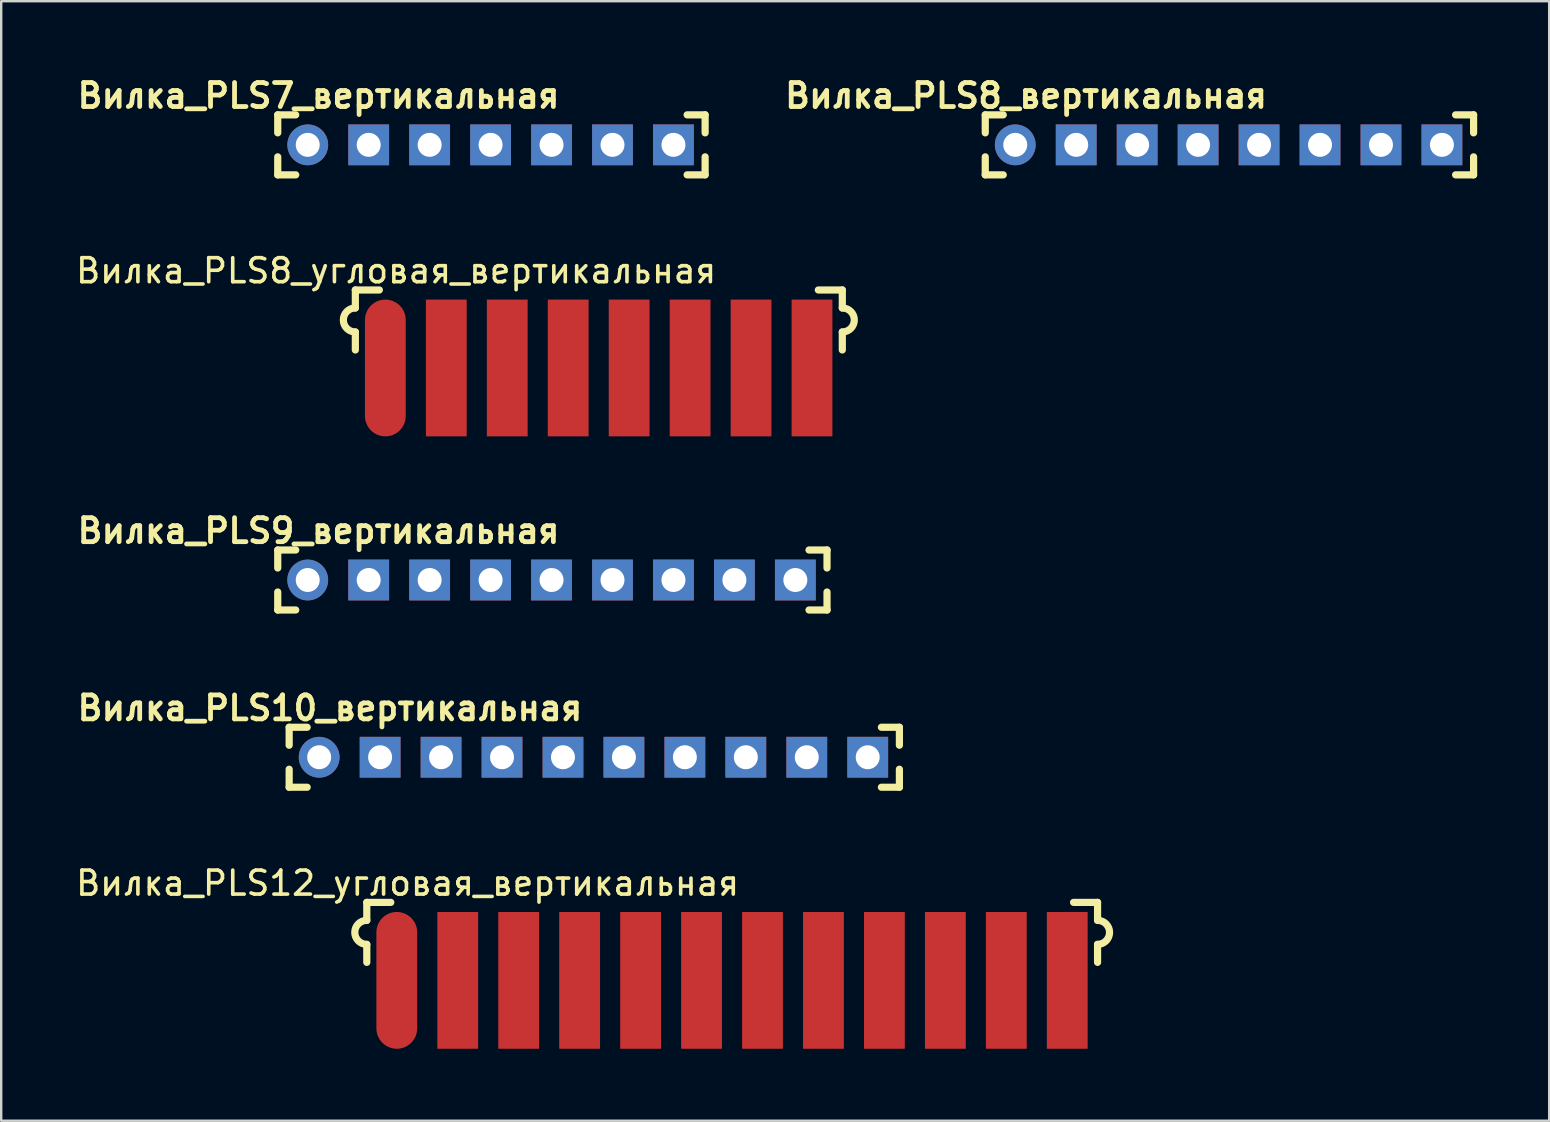
<source format=kicad_pcb>
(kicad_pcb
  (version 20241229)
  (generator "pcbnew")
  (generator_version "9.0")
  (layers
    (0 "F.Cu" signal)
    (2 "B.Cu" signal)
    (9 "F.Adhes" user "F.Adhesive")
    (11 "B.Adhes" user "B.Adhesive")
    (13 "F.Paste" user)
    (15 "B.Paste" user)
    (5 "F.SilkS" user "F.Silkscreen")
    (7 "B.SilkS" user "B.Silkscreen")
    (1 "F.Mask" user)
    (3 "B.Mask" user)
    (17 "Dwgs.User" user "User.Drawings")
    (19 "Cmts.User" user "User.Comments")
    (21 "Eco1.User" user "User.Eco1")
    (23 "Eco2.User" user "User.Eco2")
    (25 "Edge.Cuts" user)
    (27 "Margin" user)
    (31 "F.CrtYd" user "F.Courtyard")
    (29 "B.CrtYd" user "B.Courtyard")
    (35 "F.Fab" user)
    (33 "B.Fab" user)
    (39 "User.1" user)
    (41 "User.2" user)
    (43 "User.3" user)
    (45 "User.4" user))
  (footprint "Вилка_PLS8_вертикальная"
    (layer "F.Cu")
    (at 39.258 2.986)
    (property "Reference" "Вилка_PLS8_вертикальная" (at 0.45 -2.05 0) (layer "F.SilkS") (effects (font (size 1 1) (thickness 0.2))))
    (attr through_hole)
    (fp_line (start -1.25 -1.25) (end -1.25 -0.5) (stroke (width 0.3) (type solid)) (layer "F.SilkS"))
    (fp_line (start -1.25 -1.25) (end -0.5 -1.25) (stroke (width 0.3) (type solid)) (layer "F.SilkS"))
    (fp_line (start -1.25 0.5) (end -1.25 1.25) (stroke (width 0.3) (type solid)) (layer "F.SilkS"))
    (fp_line (start -1.25 1.25) (end -0.5 1.25) (stroke (width 0.3) (type solid)) (layer "F.SilkS"))
    (fp_line (start 18.35 -1.25) (end 19.1 -1.25) (stroke (width 0.3) (type solid)) (layer "F.SilkS"))
    (fp_line (start 19.1 -1.25) (end 19.1 -0.5) (stroke (width 0.3) (type solid)) (layer "F.SilkS"))
    (fp_line (start 19.1 0.5) (end 19.1 1.25) (stroke (width 0.3) (type solid)) (layer "F.SilkS"))
    (fp_line (start 19.1 1.25) (end 18.35 1.25) (stroke (width 0.3) (type solid)) (layer "F.SilkS"))
    (pad "1" thru_hole circle (at 0 0) (size 1.7 1.7) (drill 1) (layers "*.Cu" "*.Mask"))
    (pad "2" thru_hole rect (at 2.54 0) (size 1.7 1.7) (drill 1) (layers "*.Cu" "*.Mask"))
    (pad "3" thru_hole rect (at 5.08 0) (size 1.7 1.7) (drill 1) (layers "*.Cu" "*.Mask"))
    (pad "4" thru_hole rect (at 7.62 0) (size 1.7 1.7) (drill 1) (layers "*.Cu" "*.Mask"))
    (pad "5" thru_hole rect (at 10.16 0) (size 1.7 1.7) (drill 1) (layers "*.Cu" "*.Mask"))
    (pad "6" thru_hole rect (at 12.7 0) (size 1.7 1.7) (drill 1) (layers "*.Cu" "*.Mask"))
    (pad "7" thru_hole rect (at 15.24 0) (size 1.7 1.7) (drill 1) (layers "*.Cu" "*.Mask"))
    (pad "8" thru_hole rect (at 17.78 0) (size 1.7 1.7) (drill 1) (layers "*.Cu" "*.Mask")))
  (footprint "Вилка_PLS9_вертикальная"
    (layer "F.Cu")
    (at 9.774 21.12)
    (property "Reference" "Вилка_PLS9_вертикальная" (at 0.45 -2.05 0) (layer "F.SilkS") (effects (font (size 1 1) (thickness 0.2))))
    (attr through_hole)
    (fp_line (start -1.25 -1.25) (end -1.25 -0.5) (stroke (width 0.3) (type solid)) (layer "F.SilkS"))
    (fp_line (start -1.25 -1.25) (end -0.5 -1.25) (stroke (width 0.3) (type solid)) (layer "F.SilkS"))
    (fp_line (start -1.25 0.5) (end -1.25 1.25) (stroke (width 0.3) (type solid)) (layer "F.SilkS"))
    (fp_line (start -1.25 1.25) (end -0.5 1.25) (stroke (width 0.3) (type solid)) (layer "F.SilkS"))
    (fp_line (start 20.89 -1.25) (end 21.64 -1.25) (stroke (width 0.3) (type solid)) (layer "F.SilkS"))
    (fp_line (start 21.64 -1.25) (end 21.64 -0.5) (stroke (width 0.3) (type solid)) (layer "F.SilkS"))
    (fp_line (start 21.64 0.5) (end 21.64 1.25) (stroke (width 0.3) (type solid)) (layer "F.SilkS"))
    (fp_line (start 21.64 1.25) (end 20.89 1.25) (stroke (width 0.3) (type solid)) (layer "F.SilkS"))
    (pad "1" thru_hole circle (at 0 0) (size 1.7 1.7) (drill 1) (layers "*.Cu" "*.Mask"))
    (pad "2" thru_hole rect (at 2.54 0) (size 1.7 1.7) (drill 1) (layers "*.Cu" "*.Mask"))
    (pad "3" thru_hole rect (at 5.08 0) (size 1.7 1.7) (drill 1) (layers "*.Cu" "*.Mask"))
    (pad "4" thru_hole rect (at 7.62 0) (size 1.7 1.7) (drill 1) (layers "*.Cu" "*.Mask"))
    (pad "5" thru_hole rect (at 10.16 0) (size 1.7 1.7) (drill 1) (layers "*.Cu" "*.Mask"))
    (pad "6" thru_hole rect (at 12.7 0) (size 1.7 1.7) (drill 1) (layers "*.Cu" "*.Mask"))
    (pad "7" thru_hole rect (at 15.24 0) (size 1.7 1.7) (drill 1) (layers "*.Cu" "*.Mask"))
    (pad "8" thru_hole rect (at 17.78 0) (size 1.7 1.7) (drill 1) (layers "*.Cu" "*.Mask"))
    (pad "9" thru_hole rect (at 20.32 0) (size 1.7 1.7) (drill 1) (layers "*.Cu" "*.Mask")))
  (footprint "Вилка_PLS8_угловая_вертикальная"
    (layer "F.Cu")
    (at 13.008 10.284)
    (property "Reference" "Вилка_PLS8_угловая_вертикальная" (at 0.45 -2.05 0) (layer "F.SilkS") (effects (font (size 1 1) (thickness 0.15))))
    (attr through_hole)
    (fp_line (start -1.25 -1.25) (end -1.25 -0.5) (stroke (width 0.3) (type solid)) (layer "F.SilkS"))
    (fp_line (start -1.25 -1.25) (end -0.25 -1.25) (stroke (width 0.3) (type solid)) (layer "F.SilkS"))
    (fp_line (start -1.25 0.5) (end -1.25 1.25) (stroke (width 0.3) (type solid)) (layer "F.SilkS"))
    (fp_line (start 19.043 -1.25) (end 18.043 -1.25) (stroke (width 0.3) (type solid)) (layer "F.SilkS"))
    (fp_line (start 19.043 -1.25) (end 19.043 -0.5) (stroke (width 0.3) (type solid)) (layer "F.SilkS"))
    (fp_line (start 19.043 0.5) (end 19.043 1.25) (stroke (width 0.3) (type solid)) (layer "F.SilkS"))
    (fp_arc (start -1.25 0.5) (mid -1.75 0) (end -1.25 -0.5) (stroke (width 0.3) (type solid)) (layer "F.SilkS"))
    (fp_arc (start 19.043284 -0.5) (mid 19.543284 0) (end 19.043284 0.5) (stroke (width 0.3) (type solid)) (layer "F.SilkS"))
    (pad "1" smd oval (at 0 0) (size 1.7 5.7) (drill (offset 0 2)) (layers "F.Cu" "F.Mask" "F.Paste"))
    (pad "2" smd rect (at 2.54 0) (size 1.7 5.7) (drill (offset 0 2)) (layers "F.Cu" "F.Mask" "F.Paste"))
    (pad "3" smd rect (at 5.08 0) (size 1.7 5.7) (drill (offset 0 2)) (layers "F.Cu" "F.Mask" "F.Paste"))
    (pad "4" smd rect (at 7.62 0) (size 1.7 5.7) (drill (offset 0 2)) (layers "F.Cu" "F.Mask" "F.Paste"))
    (pad "5" smd rect (at 10.16 0) (size 1.7 5.7) (drill (offset 0 2)) (layers "F.Cu" "F.Mask" "F.Paste"))
    (pad "6" smd rect (at 12.7 0) (size 1.7 5.7) (drill (offset 0 2)) (layers "F.Cu" "F.Mask" "F.Paste"))
    (pad "7" smd rect (at 15.24 0) (size 1.7 5.7) (drill (offset 0 2)) (layers "F.Cu" "F.Mask" "F.Paste"))
    (pad "8" smd rect (at 17.78 0) (size 1.7 5.7) (drill (offset 0 2)) (layers "F.Cu" "F.Mask" "F.Paste")))
  (footprint "Вилка_PLS12_угловая_вертикальная"
    (layer "F.Cu")
    (at 13.485 35.804)
    (property "Reference" "Вилка_PLS12_угловая_вертикальная" (at 0.45 -2.05 0) (layer "F.SilkS") (effects (font (size 1 1) (thickness 0.15))))
    (attr through_hole)
    (fp_line (start -1.25 -1.25) (end -1.25 -0.5) (stroke (width 0.3) (type solid)) (layer "F.SilkS"))
    (fp_line (start -1.25 -1.25) (end -0.25 -1.25) (stroke (width 0.3) (type solid)) (layer "F.SilkS"))
    (fp_line (start -1.25 0.5) (end -1.25 1.25) (stroke (width 0.3) (type solid)) (layer "F.SilkS"))
    (fp_line (start 29.203 -1.25) (end 28.203 -1.25) (stroke (width 0.3) (type solid)) (layer "F.SilkS"))
    (fp_line (start 29.203 -1.25) (end 29.203 -0.5) (stroke (width 0.3) (type solid)) (layer "F.SilkS"))
    (fp_line (start 29.203 0.5) (end 29.203 1.25) (stroke (width 0.3) (type solid)) (layer "F.SilkS"))
    (fp_arc (start -1.25 0.5) (mid -1.75 0) (end -1.25 -0.5) (stroke (width 0.3) (type solid)) (layer "F.SilkS"))
    (fp_arc (start 29.203284 -0.5) (mid 29.703284 0) (end 29.203284 0.5) (stroke (width 0.3) (type solid)) (layer "F.SilkS"))
    (pad "1" smd oval (at 0 0) (size 1.7 5.7) (drill (offset 0 2)) (layers "F.Cu" "F.Mask" "F.Paste"))
    (pad "2" smd rect (at 2.54 0) (size 1.7 5.7) (drill (offset 0 2)) (layers "F.Cu" "F.Mask" "F.Paste"))
    (pad "3" smd rect (at 5.08 0) (size 1.7 5.7) (drill (offset 0 2)) (layers "F.Cu" "F.Mask" "F.Paste"))
    (pad "4" smd rect (at 7.62 0) (size 1.7 5.7) (drill (offset 0 2)) (layers "F.Cu" "F.Mask" "F.Paste"))
    (pad "5" smd rect (at 10.16 0) (size 1.7 5.7) (drill (offset 0 2)) (layers "F.Cu" "F.Mask" "F.Paste"))
    (pad "6" smd rect (at 12.7 0) (size 1.7 5.7) (drill (offset 0 2)) (layers "F.Cu" "F.Mask" "F.Paste"))
    (pad "7" smd rect (at 15.24 0) (size 1.7 5.7) (drill (offset 0 2)) (layers "F.Cu" "F.Mask" "F.Paste"))
    (pad "8" smd rect (at 17.78 0) (size 1.7 5.7) (drill (offset 0 2)) (layers "F.Cu" "F.Mask" "F.Paste"))
    (pad "9" smd rect (at 20.32 0) (size 1.7 5.7) (drill (offset 0 2)) (layers "F.Cu" "F.Mask" "F.Paste"))
    (pad "10" smd rect (at 22.86 0) (size 1.7 5.7) (drill (offset 0 2)) (layers "F.Cu" "F.Mask" "F.Paste"))
    (pad "11" smd rect (at 25.4 0) (size 1.7 5.7) (drill (offset 0 2)) (layers "F.Cu" "F.Mask" "F.Paste"))
    (pad "12" smd rect (at 27.94 0) (size 1.7 5.7) (drill (offset 0 2)) (layers "F.Cu" "F.Mask" "F.Paste")))
  (footprint "Вилка_PLS7_вертикальная"
    (layer "F.Cu")
    (at 9.774 2.986)
    (property "Reference" "Вилка_PLS7_вертикальная" (at 0.45 -2.05 0) (layer "F.SilkS") (effects (font (size 1 1) (thickness 0.2))))
    (attr through_hole)
    (fp_line (start -1.25 -1.25) (end -1.25 -0.5) (stroke (width 0.3) (type solid)) (layer "F.SilkS"))
    (fp_line (start -1.25 -1.25) (end -0.5 -1.25) (stroke (width 0.3) (type solid)) (layer "F.SilkS"))
    (fp_line (start -1.25 0.5) (end -1.25 1.25) (stroke (width 0.3) (type solid)) (layer "F.SilkS"))
    (fp_line (start -1.25 1.25) (end -0.5 1.25) (stroke (width 0.3) (type solid)) (layer "F.SilkS"))
    (fp_line (start 15.81 -1.25) (end 16.56 -1.25) (stroke (width 0.3) (type solid)) (layer "F.SilkS"))
    (fp_line (start 16.56 -1.25) (end 16.56 -0.5) (stroke (width 0.3) (type solid)) (layer "F.SilkS"))
    (fp_line (start 16.56 0.5) (end 16.56 1.25) (stroke (width 0.3) (type solid)) (layer "F.SilkS"))
    (fp_line (start 16.56 1.25) (end 15.81 1.25) (stroke (width 0.3) (type solid)) (layer "F.SilkS"))
    (pad "1" thru_hole circle (at 0 0) (size 1.7 1.7) (drill 1) (layers "*.Cu" "*.Mask"))
    (pad "2" thru_hole rect (at 2.54 0) (size 1.7 1.7) (drill 1) (layers "*.Cu" "*.Mask"))
    (pad "3" thru_hole rect (at 5.08 0) (size 1.7 1.7) (drill 1) (layers "*.Cu" "*.Mask"))
    (pad "4" thru_hole rect (at 7.62 0) (size 1.7 1.7) (drill 1) (layers "*.Cu" "*.Mask"))
    (pad "5" thru_hole rect (at 10.16 0) (size 1.7 1.7) (drill 1) (layers "*.Cu" "*.Mask"))
    (pad "6" thru_hole rect (at 12.7 0) (size 1.7 1.7) (drill 1) (layers "*.Cu" "*.Mask"))
    (pad "7" thru_hole rect (at 15.24 0) (size 1.7 1.7) (drill 1) (layers "*.Cu" "*.Mask")))
  (footprint "Вилка_PLS10_вертикальная"
    (layer "F.Cu")
    (at 10.25 28.506)
    (property "Reference" "Вилка_PLS10_вертикальная" (at 0.45 -2.05 0) (layer "F.SilkS") (effects (font (size 1 1) (thickness 0.2))))
    (attr through_hole)
    (fp_line (start -1.25 -1.25) (end -1.25 -0.5) (stroke (width 0.3) (type solid)) (layer "F.SilkS"))
    (fp_line (start -1.25 -1.25) (end -0.5 -1.25) (stroke (width 0.3) (type solid)) (layer "F.SilkS"))
    (fp_line (start -1.25 0.5) (end -1.25 1.25) (stroke (width 0.3) (type solid)) (layer "F.SilkS"))
    (fp_line (start -1.25 1.25) (end -0.5 1.25) (stroke (width 0.3) (type solid)) (layer "F.SilkS"))
    (fp_line (start 23.43 -1.25) (end 24.18 -1.25) (stroke (width 0.3) (type solid)) (layer "F.SilkS"))
    (fp_line (start 24.18 -1.25) (end 24.18 -0.5) (stroke (width 0.3) (type solid)) (layer "F.SilkS"))
    (fp_line (start 24.18 0.5) (end 24.18 1.25) (stroke (width 0.3) (type solid)) (layer "F.SilkS"))
    (fp_line (start 24.18 1.25) (end 23.43 1.25) (stroke (width 0.3) (type solid)) (layer "F.SilkS"))
    (pad "1" thru_hole circle (at 0 0) (size 1.7 1.7) (drill 1) (layers "*.Cu" "*.Mask"))
    (pad "2" thru_hole rect (at 2.54 0) (size 1.7 1.7) (drill 1) (layers "*.Cu" "*.Mask"))
    (pad "3" thru_hole rect (at 5.08 0) (size 1.7 1.7) (drill 1) (layers "*.Cu" "*.Mask"))
    (pad "4" thru_hole rect (at 7.62 0) (size 1.7 1.7) (drill 1) (layers "*.Cu" "*.Mask"))
    (pad "5" thru_hole rect (at 10.16 0) (size 1.7 1.7) (drill 1) (layers "*.Cu" "*.Mask"))
    (pad "6" thru_hole rect (at 12.7 0) (size 1.7 1.7) (drill 1) (layers "*.Cu" "*.Mask"))
    (pad "7" thru_hole rect (at 15.24 0) (size 1.7 1.7) (drill 1) (layers "*.Cu" "*.Mask"))
    (pad "8" thru_hole rect (at 17.78 0) (size 1.7 1.7) (drill 1) (layers "*.Cu" "*.Mask"))
    (pad "9" thru_hole rect (at 20.32 0) (size 1.7 1.7) (drill 1) (layers "*.Cu" "*.Mask"))
    (pad "10" thru_hole rect (at 22.86 0) (size 1.7 1.7) (drill 1) (layers "*.Cu" "*.Mask")))
  (gr_rect
    (start -3 -3)
    (end 61.508 43.654)
    (stroke (width 0.1) (type default))
    (fill no)
    (layer "Edge.Cuts")))
</source>
